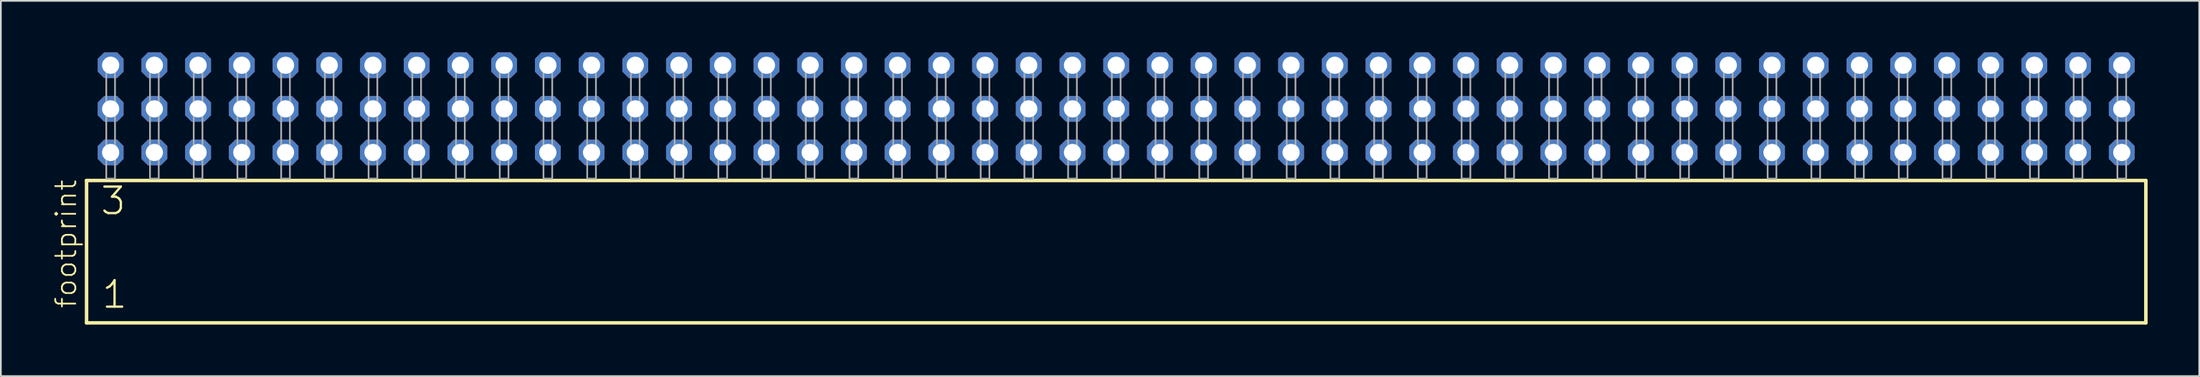
<source format=kicad_pcb>
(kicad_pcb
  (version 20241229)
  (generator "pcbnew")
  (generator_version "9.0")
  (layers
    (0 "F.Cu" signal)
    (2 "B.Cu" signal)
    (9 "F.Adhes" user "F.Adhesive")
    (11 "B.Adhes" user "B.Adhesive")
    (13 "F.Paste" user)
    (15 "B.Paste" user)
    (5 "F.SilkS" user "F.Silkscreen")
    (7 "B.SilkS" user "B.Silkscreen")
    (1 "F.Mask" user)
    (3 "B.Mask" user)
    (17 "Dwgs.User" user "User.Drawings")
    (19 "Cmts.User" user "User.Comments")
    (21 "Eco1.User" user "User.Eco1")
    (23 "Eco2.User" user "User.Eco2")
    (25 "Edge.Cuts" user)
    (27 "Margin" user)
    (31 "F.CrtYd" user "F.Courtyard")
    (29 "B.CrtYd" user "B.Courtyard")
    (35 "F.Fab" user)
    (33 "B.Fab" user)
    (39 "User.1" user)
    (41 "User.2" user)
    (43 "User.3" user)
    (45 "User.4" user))
  (footprint "footprint"
    (layer "F.Cu")
    (at 61.798 7.354)
    (property "Reference" "footprint" (at -60.325 7.62 90) (layer "F.SilkS") (effects (font (size 1.168 1.168) (thickness 0.102)) (justify left bottom)))
    (fp_line (start -59.819 0.106) (end -59.819 8.396) (stroke (width 0.203) (type solid)) (layer "F.SilkS"))
    (fp_line (start -59.819 8.396) (end 59.819 8.396) (stroke (width 0.203) (type solid)) (layer "F.SilkS"))
    (fp_line (start 59.819 0.106) (end -59.819 0.106) (stroke (width 0.203) (type solid)) (layer "F.SilkS"))
    (fp_line (start 59.819 8.396) (end 59.819 0.106) (stroke (width 0.203) (type solid)) (layer "F.SilkS"))
    (fp_poly (pts (xy -58.674 0) (xy -58.166 0) (xy -58.166 -6.858) (xy -58.674 -6.858)) (stroke (width 0.1) (type solid)) (fill no) (layer "F.Fab"))
    (fp_poly (pts (xy -56.134 0) (xy -55.626 0) (xy -55.626 -6.858) (xy -56.134 -6.858)) (stroke (width 0.1) (type solid)) (fill no) (layer "F.Fab"))
    (fp_poly (pts (xy -53.594 0) (xy -53.086 0) (xy -53.086 -6.858) (xy -53.594 -6.858)) (stroke (width 0.1) (type solid)) (fill no) (layer "F.Fab"))
    (fp_poly (pts (xy -51.054 0) (xy -50.546 0) (xy -50.546 -6.858) (xy -51.054 -6.858)) (stroke (width 0.1) (type solid)) (fill no) (layer "F.Fab"))
    (fp_poly (pts (xy -48.514 0) (xy -48.006 0) (xy -48.006 -6.858) (xy -48.514 -6.858)) (stroke (width 0.1) (type solid)) (fill no) (layer "F.Fab"))
    (fp_poly (pts (xy -45.974 0) (xy -45.466 0) (xy -45.466 -6.858) (xy -45.974 -6.858)) (stroke (width 0.1) (type solid)) (fill no) (layer "F.Fab"))
    (fp_poly (pts (xy -43.434 0) (xy -42.926 0) (xy -42.926 -6.858) (xy -43.434 -6.858)) (stroke (width 0.1) (type solid)) (fill no) (layer "F.Fab"))
    (fp_poly (pts (xy -40.894 0) (xy -40.386 0) (xy -40.386 -6.858) (xy -40.894 -6.858)) (stroke (width 0.1) (type solid)) (fill no) (layer "F.Fab"))
    (fp_poly (pts (xy -38.354 0) (xy -37.846 0) (xy -37.846 -6.858) (xy -38.354 -6.858)) (stroke (width 0.1) (type solid)) (fill no) (layer "F.Fab"))
    (fp_poly (pts (xy -35.814 0) (xy -35.306 0) (xy -35.306 -6.858) (xy -35.814 -6.858)) (stroke (width 0.1) (type solid)) (fill no) (layer "F.Fab"))
    (fp_poly (pts (xy -33.274 0) (xy -32.766 0) (xy -32.766 -6.858) (xy -33.274 -6.858)) (stroke (width 0.1) (type solid)) (fill no) (layer "F.Fab"))
    (fp_poly (pts (xy -30.734 0) (xy -30.226 0) (xy -30.226 -6.858) (xy -30.734 -6.858)) (stroke (width 0.1) (type solid)) (fill no) (layer "F.Fab"))
    (fp_poly (pts (xy -28.194 0) (xy -27.686 0) (xy -27.686 -6.858) (xy -28.194 -6.858)) (stroke (width 0.1) (type solid)) (fill no) (layer "F.Fab"))
    (fp_poly (pts (xy -25.654 0) (xy -25.146 0) (xy -25.146 -6.858) (xy -25.654 -6.858)) (stroke (width 0.1) (type solid)) (fill no) (layer "F.Fab"))
    (fp_poly (pts (xy -23.114 0) (xy -22.606 0) (xy -22.606 -6.858) (xy -23.114 -6.858)) (stroke (width 0.1) (type solid)) (fill no) (layer "F.Fab"))
    (fp_poly (pts (xy -20.574 0) (xy -20.066 0) (xy -20.066 -6.858) (xy -20.574 -6.858)) (stroke (width 0.1) (type solid)) (fill no) (layer "F.Fab"))
    (fp_poly (pts (xy -18.034 0) (xy -17.526 0) (xy -17.526 -6.858) (xy -18.034 -6.858)) (stroke (width 0.1) (type solid)) (fill no) (layer "F.Fab"))
    (fp_poly (pts (xy -15.494 0) (xy -14.986 0) (xy -14.986 -6.858) (xy -15.494 -6.858)) (stroke (width 0.1) (type solid)) (fill no) (layer "F.Fab"))
    (fp_poly (pts (xy -12.954 0) (xy -12.446 0) (xy -12.446 -6.858) (xy -12.954 -6.858)) (stroke (width 0.1) (type solid)) (fill no) (layer "F.Fab"))
    (fp_poly (pts (xy -10.414 0) (xy -9.906 0) (xy -9.906 -6.858) (xy -10.414 -6.858)) (stroke (width 0.1) (type solid)) (fill no) (layer "F.Fab"))
    (fp_poly (pts (xy -7.874 0) (xy -7.366 0) (xy -7.366 -6.858) (xy -7.874 -6.858)) (stroke (width 0.1) (type solid)) (fill no) (layer "F.Fab"))
    (fp_poly (pts (xy -5.334 0) (xy -4.826 0) (xy -4.826 -6.858) (xy -5.334 -6.858)) (stroke (width 0.1) (type solid)) (fill no) (layer "F.Fab"))
    (fp_poly (pts (xy -2.794 0) (xy -2.286 0) (xy -2.286 -6.858) (xy -2.794 -6.858)) (stroke (width 0.1) (type solid)) (fill no) (layer "F.Fab"))
    (fp_poly (pts (xy -0.254 0) (xy 0.254 0) (xy 0.254 -6.858) (xy -0.254 -6.858)) (stroke (width 0.1) (type solid)) (fill no) (layer "F.Fab"))
    (fp_poly (pts (xy 2.286 0) (xy 2.794 0) (xy 2.794 -6.858) (xy 2.286 -6.858)) (stroke (width 0.1) (type solid)) (fill no) (layer "F.Fab"))
    (fp_poly (pts (xy 4.826 0) (xy 5.334 0) (xy 5.334 -6.858) (xy 4.826 -6.858)) (stroke (width 0.1) (type solid)) (fill no) (layer "F.Fab"))
    (fp_poly (pts (xy 7.366 0) (xy 7.874 0) (xy 7.874 -6.858) (xy 7.366 -6.858)) (stroke (width 0.1) (type solid)) (fill no) (layer "F.Fab"))
    (fp_poly (pts (xy 9.906 0) (xy 10.414 0) (xy 10.414 -6.858) (xy 9.906 -6.858)) (stroke (width 0.1) (type solid)) (fill no) (layer "F.Fab"))
    (fp_poly (pts (xy 12.446 0) (xy 12.954 0) (xy 12.954 -6.858) (xy 12.446 -6.858)) (stroke (width 0.1) (type solid)) (fill no) (layer "F.Fab"))
    (fp_poly (pts (xy 14.986 0) (xy 15.494 0) (xy 15.494 -6.858) (xy 14.986 -6.858)) (stroke (width 0.1) (type solid)) (fill no) (layer "F.Fab"))
    (fp_poly (pts (xy 17.526 0) (xy 18.034 0) (xy 18.034 -6.858) (xy 17.526 -6.858)) (stroke (width 0.1) (type solid)) (fill no) (layer "F.Fab"))
    (fp_poly (pts (xy 20.066 0) (xy 20.574 0) (xy 20.574 -6.858) (xy 20.066 -6.858)) (stroke (width 0.1) (type solid)) (fill no) (layer "F.Fab"))
    (fp_poly (pts (xy 22.606 0) (xy 23.114 0) (xy 23.114 -6.858) (xy 22.606 -6.858)) (stroke (width 0.1) (type solid)) (fill no) (layer "F.Fab"))
    (fp_poly (pts (xy 25.146 0) (xy 25.654 0) (xy 25.654 -6.858) (xy 25.146 -6.858)) (stroke (width 0.1) (type solid)) (fill no) (layer "F.Fab"))
    (fp_poly (pts (xy 27.686 0) (xy 28.194 0) (xy 28.194 -6.858) (xy 27.686 -6.858)) (stroke (width 0.1) (type solid)) (fill no) (layer "F.Fab"))
    (fp_poly (pts (xy 30.226 0) (xy 30.734 0) (xy 30.734 -6.858) (xy 30.226 -6.858)) (stroke (width 0.1) (type solid)) (fill no) (layer "F.Fab"))
    (fp_poly (pts (xy 32.766 0) (xy 33.274 0) (xy 33.274 -6.858) (xy 32.766 -6.858)) (stroke (width 0.1) (type solid)) (fill no) (layer "F.Fab"))
    (fp_poly (pts (xy 35.306 0) (xy 35.814 0) (xy 35.814 -6.858) (xy 35.306 -6.858)) (stroke (width 0.1) (type solid)) (fill no) (layer "F.Fab"))
    (fp_poly (pts (xy 37.846 0) (xy 38.354 0) (xy 38.354 -6.858) (xy 37.846 -6.858)) (stroke (width 0.1) (type solid)) (fill no) (layer "F.Fab"))
    (fp_poly (pts (xy 40.386 0) (xy 40.894 0) (xy 40.894 -6.858) (xy 40.386 -6.858)) (stroke (width 0.1) (type solid)) (fill no) (layer "F.Fab"))
    (fp_poly (pts (xy 42.926 0) (xy 43.434 0) (xy 43.434 -6.858) (xy 42.926 -6.858)) (stroke (width 0.1) (type solid)) (fill no) (layer "F.Fab"))
    (fp_poly (pts (xy 45.466 0) (xy 45.974 0) (xy 45.974 -6.858) (xy 45.466 -6.858)) (stroke (width 0.1) (type solid)) (fill no) (layer "F.Fab"))
    (fp_poly (pts (xy 48.006 0) (xy 48.514 0) (xy 48.514 -6.858) (xy 48.006 -6.858)) (stroke (width 0.1) (type solid)) (fill no) (layer "F.Fab"))
    (fp_poly (pts (xy 50.546 0) (xy 51.054 0) (xy 51.054 -6.858) (xy 50.546 -6.858)) (stroke (width 0.1) (type solid)) (fill no) (layer "F.Fab"))
    (fp_poly (pts (xy 53.086 0) (xy 53.594 0) (xy 53.594 -6.858) (xy 53.086 -6.858)) (stroke (width 0.1) (type solid)) (fill no) (layer "F.Fab"))
    (fp_poly (pts (xy 55.626 0) (xy 56.134 0) (xy 56.134 -6.858) (xy 55.626 -6.858)) (stroke (width 0.1) (type solid)) (fill no) (layer "F.Fab"))
    (fp_poly (pts (xy 58.166 0) (xy 58.674 0) (xy 58.674 -6.858) (xy 58.166 -6.858)) (stroke (width 0.1) (type solid)) (fill no) (layer "F.Fab"))
    (fp_text user "1" (at -59.015 7.65 0) (layer "F.SilkS") (effects (font (size 1.542 1.542) (thickness 0.134)) (justify left bottom)))
    (fp_text user "3" (at -59.09 2.2 0) (layer "F.SilkS") (effects (font (size 1.542 1.542) (thickness 0.134)) (justify left bottom)))
    (pad "1" thru_hole roundrect (at -58.42 -1.524) (size 1.5 1.5) (drill 1) (layers "*.Cu" "*.Mask") (roundrect_rratio 0.25) (chamfer_ratio 0.25) (chamfer top_left top_right bottom_left bottom_right))
    (pad "2" thru_hole roundrect (at -58.42 -4.064) (size 1.5 1.5) (drill 1) (layers "*.Cu" "*.Mask") (roundrect_rratio 0.25) (chamfer_ratio 0.25) (chamfer top_left top_right bottom_left bottom_right))
    (pad "3" thru_hole roundrect (at -58.42 -6.604) (size 1.5 1.5) (drill 1) (layers "*.Cu" "*.Mask") (roundrect_rratio 0.25) (chamfer_ratio 0.25) (chamfer top_left top_right bottom_left bottom_right))
    (pad "4" thru_hole roundrect (at -55.88 -1.524) (size 1.5 1.5) (drill 1) (layers "*.Cu" "*.Mask") (roundrect_rratio 0.25) (chamfer_ratio 0.25) (chamfer top_left top_right bottom_left bottom_right))
    (pad "5" thru_hole roundrect (at -55.88 -4.064) (size 1.5 1.5) (drill 1) (layers "*.Cu" "*.Mask") (roundrect_rratio 0.25) (chamfer_ratio 0.25) (chamfer top_left top_right bottom_left bottom_right))
    (pad "6" thru_hole roundrect (at -55.88 -6.604) (size 1.5 1.5) (drill 1) (layers "*.Cu" "*.Mask") (roundrect_rratio 0.25) (chamfer_ratio 0.25) (chamfer top_left top_right bottom_left bottom_right))
    (pad "7" thru_hole roundrect (at -53.34 -1.524) (size 1.5 1.5) (drill 1) (layers "*.Cu" "*.Mask") (roundrect_rratio 0.25) (chamfer_ratio 0.25) (chamfer top_left top_right bottom_left bottom_right))
    (pad "8" thru_hole roundrect (at -53.34 -4.064) (size 1.5 1.5) (drill 1) (layers "*.Cu" "*.Mask") (roundrect_rratio 0.25) (chamfer_ratio 0.25) (chamfer top_left top_right bottom_left bottom_right))
    (pad "9" thru_hole roundrect (at -53.34 -6.604) (size 1.5 1.5) (drill 1) (layers "*.Cu" "*.Mask") (roundrect_rratio 0.25) (chamfer_ratio 0.25) (chamfer top_left top_right bottom_left bottom_right))
    (pad "10" thru_hole roundrect (at -50.8 -1.524) (size 1.5 1.5) (drill 1) (layers "*.Cu" "*.Mask") (roundrect_rratio 0.25) (chamfer_ratio 0.25) (chamfer top_left top_right bottom_left bottom_right))
    (pad "11" thru_hole roundrect (at -50.8 -4.064) (size 1.5 1.5) (drill 1) (layers "*.Cu" "*.Mask") (roundrect_rratio 0.25) (chamfer_ratio 0.25) (chamfer top_left top_right bottom_left bottom_right))
    (pad "12" thru_hole roundrect (at -50.8 -6.604) (size 1.5 1.5) (drill 1) (layers "*.Cu" "*.Mask") (roundrect_rratio 0.25) (chamfer_ratio 0.25) (chamfer top_left top_right bottom_left bottom_right))
    (pad "13" thru_hole roundrect (at -48.26 -1.524) (size 1.5 1.5) (drill 1) (layers "*.Cu" "*.Mask") (roundrect_rratio 0.25) (chamfer_ratio 0.25) (chamfer top_left top_right bottom_left bottom_right))
    (pad "14" thru_hole roundrect (at -48.26 -4.064) (size 1.5 1.5) (drill 1) (layers "*.Cu" "*.Mask") (roundrect_rratio 0.25) (chamfer_ratio 0.25) (chamfer top_left top_right bottom_left bottom_right))
    (pad "15" thru_hole roundrect (at -48.26 -6.604) (size 1.5 1.5) (drill 1) (layers "*.Cu" "*.Mask") (roundrect_rratio 0.25) (chamfer_ratio 0.25) (chamfer top_left top_right bottom_left bottom_right))
    (pad "16" thru_hole roundrect (at -45.72 -1.524) (size 1.5 1.5) (drill 1) (layers "*.Cu" "*.Mask") (roundrect_rratio 0.25) (chamfer_ratio 0.25) (chamfer top_left top_right bottom_left bottom_right))
    (pad "17" thru_hole roundrect (at -45.72 -4.064) (size 1.5 1.5) (drill 1) (layers "*.Cu" "*.Mask") (roundrect_rratio 0.25) (chamfer_ratio 0.25) (chamfer top_left top_right bottom_left bottom_right))
    (pad "18" thru_hole roundrect (at -45.72 -6.604) (size 1.5 1.5) (drill 1) (layers "*.Cu" "*.Mask") (roundrect_rratio 0.25) (chamfer_ratio 0.25) (chamfer top_left top_right bottom_left bottom_right))
    (pad "19" thru_hole roundrect (at -43.18 -1.524) (size 1.5 1.5) (drill 1) (layers "*.Cu" "*.Mask") (roundrect_rratio 0.25) (chamfer_ratio 0.25) (chamfer top_left top_right bottom_left bottom_right))
    (pad "20" thru_hole roundrect (at -43.18 -4.064) (size 1.5 1.5) (drill 1) (layers "*.Cu" "*.Mask") (roundrect_rratio 0.25) (chamfer_ratio 0.25) (chamfer top_left top_right bottom_left bottom_right))
    (pad "21" thru_hole roundrect (at -43.18 -6.604) (size 1.5 1.5) (drill 1) (layers "*.Cu" "*.Mask") (roundrect_rratio 0.25) (chamfer_ratio 0.25) (chamfer top_left top_right bottom_left bottom_right))
    (pad "22" thru_hole roundrect (at -40.64 -1.524) (size 1.5 1.5) (drill 1) (layers "*.Cu" "*.Mask") (roundrect_rratio 0.25) (chamfer_ratio 0.25) (chamfer top_left top_right bottom_left bottom_right))
    (pad "23" thru_hole roundrect (at -40.64 -4.064) (size 1.5 1.5) (drill 1) (layers "*.Cu" "*.Mask") (roundrect_rratio 0.25) (chamfer_ratio 0.25) (chamfer top_left top_right bottom_left bottom_right))
    (pad "24" thru_hole roundrect (at -40.64 -6.604) (size 1.5 1.5) (drill 1) (layers "*.Cu" "*.Mask") (roundrect_rratio 0.25) (chamfer_ratio 0.25) (chamfer top_left top_right bottom_left bottom_right))
    (pad "25" thru_hole roundrect (at -38.1 -1.524) (size 1.5 1.5) (drill 1) (layers "*.Cu" "*.Mask") (roundrect_rratio 0.25) (chamfer_ratio 0.25) (chamfer top_left top_right bottom_left bottom_right))
    (pad "26" thru_hole roundrect (at -38.1 -4.064) (size 1.5 1.5) (drill 1) (layers "*.Cu" "*.Mask") (roundrect_rratio 0.25) (chamfer_ratio 0.25) (chamfer top_left top_right bottom_left bottom_right))
    (pad "27" thru_hole roundrect (at -38.1 -6.604) (size 1.5 1.5) (drill 1) (layers "*.Cu" "*.Mask") (roundrect_rratio 0.25) (chamfer_ratio 0.25) (chamfer top_left top_right bottom_left bottom_right))
    (pad "28" thru_hole roundrect (at -35.56 -1.524) (size 1.5 1.5) (drill 1) (layers "*.Cu" "*.Mask") (roundrect_rratio 0.25) (chamfer_ratio 0.25) (chamfer top_left top_right bottom_left bottom_right))
    (pad "29" thru_hole roundrect (at -35.56 -4.064) (size 1.5 1.5) (drill 1) (layers "*.Cu" "*.Mask") (roundrect_rratio 0.25) (chamfer_ratio 0.25) (chamfer top_left top_right bottom_left bottom_right))
    (pad "30" thru_hole roundrect (at -35.56 -6.604) (size 1.5 1.5) (drill 1) (layers "*.Cu" "*.Mask") (roundrect_rratio 0.25) (chamfer_ratio 0.25) (chamfer top_left top_right bottom_left bottom_right))
    (pad "31" thru_hole roundrect (at -33.02 -1.524) (size 1.5 1.5) (drill 1) (layers "*.Cu" "*.Mask") (roundrect_rratio 0.25) (chamfer_ratio 0.25) (chamfer top_left top_right bottom_left bottom_right))
    (pad "32" thru_hole roundrect (at -33.02 -4.064) (size 1.5 1.5) (drill 1) (layers "*.Cu" "*.Mask") (roundrect_rratio 0.25) (chamfer_ratio 0.25) (chamfer top_left top_right bottom_left bottom_right))
    (pad "33" thru_hole roundrect (at -33.02 -6.604) (size 1.5 1.5) (drill 1) (layers "*.Cu" "*.Mask") (roundrect_rratio 0.25) (chamfer_ratio 0.25) (chamfer top_left top_right bottom_left bottom_right))
    (pad "34" thru_hole roundrect (at -30.48 -1.524) (size 1.5 1.5) (drill 1) (layers "*.Cu" "*.Mask") (roundrect_rratio 0.25) (chamfer_ratio 0.25) (chamfer top_left top_right bottom_left bottom_right))
    (pad "35" thru_hole roundrect (at -30.48 -4.064) (size 1.5 1.5) (drill 1) (layers "*.Cu" "*.Mask") (roundrect_rratio 0.25) (chamfer_ratio 0.25) (chamfer top_left top_right bottom_left bottom_right))
    (pad "36" thru_hole roundrect (at -30.48 -6.604) (size 1.5 1.5) (drill 1) (layers "*.Cu" "*.Mask") (roundrect_rratio 0.25) (chamfer_ratio 0.25) (chamfer top_left top_right bottom_left bottom_right))
    (pad "37" thru_hole roundrect (at -27.94 -1.524) (size 1.5 1.5) (drill 1) (layers "*.Cu" "*.Mask") (roundrect_rratio 0.25) (chamfer_ratio 0.25) (chamfer top_left top_right bottom_left bottom_right))
    (pad "38" thru_hole roundrect (at -27.94 -4.064) (size 1.5 1.5) (drill 1) (layers "*.Cu" "*.Mask") (roundrect_rratio 0.25) (chamfer_ratio 0.25) (chamfer top_left top_right bottom_left bottom_right))
    (pad "39" thru_hole roundrect (at -27.94 -6.604) (size 1.5 1.5) (drill 1) (layers "*.Cu" "*.Mask") (roundrect_rratio 0.25) (chamfer_ratio 0.25) (chamfer top_left top_right bottom_left bottom_right))
    (pad "40" thru_hole roundrect (at -25.4 -1.524) (size 1.5 1.5) (drill 1) (layers "*.Cu" "*.Mask") (roundrect_rratio 0.25) (chamfer_ratio 0.25) (chamfer top_left top_right bottom_left bottom_right))
    (pad "41" thru_hole roundrect (at -25.4 -4.064) (size 1.5 1.5) (drill 1) (layers "*.Cu" "*.Mask") (roundrect_rratio 0.25) (chamfer_ratio 0.25) (chamfer top_left top_right bottom_left bottom_right))
    (pad "42" thru_hole roundrect (at -25.4 -6.604) (size 1.5 1.5) (drill 1) (layers "*.Cu" "*.Mask") (roundrect_rratio 0.25) (chamfer_ratio 0.25) (chamfer top_left top_right bottom_left bottom_right))
    (pad "43" thru_hole roundrect (at -22.86 -1.524) (size 1.5 1.5) (drill 1) (layers "*.Cu" "*.Mask") (roundrect_rratio 0.25) (chamfer_ratio 0.25) (chamfer top_left top_right bottom_left bottom_right))
    (pad "44" thru_hole roundrect (at -22.86 -4.064) (size 1.5 1.5) (drill 1) (layers "*.Cu" "*.Mask") (roundrect_rratio 0.25) (chamfer_ratio 0.25) (chamfer top_left top_right bottom_left bottom_right))
    (pad "45" thru_hole roundrect (at -22.86 -6.604) (size 1.5 1.5) (drill 1) (layers "*.Cu" "*.Mask") (roundrect_rratio 0.25) (chamfer_ratio 0.25) (chamfer top_left top_right bottom_left bottom_right))
    (pad "46" thru_hole roundrect (at -20.32 -1.524) (size 1.5 1.5) (drill 1) (layers "*.Cu" "*.Mask") (roundrect_rratio 0.25) (chamfer_ratio 0.25) (chamfer top_left top_right bottom_left bottom_right))
    (pad "47" thru_hole roundrect (at -20.32 -4.064) (size 1.5 1.5) (drill 1) (layers "*.Cu" "*.Mask") (roundrect_rratio 0.25) (chamfer_ratio 0.25) (chamfer top_left top_right bottom_left bottom_right))
    (pad "48" thru_hole roundrect (at -20.32 -6.604) (size 1.5 1.5) (drill 1) (layers "*.Cu" "*.Mask") (roundrect_rratio 0.25) (chamfer_ratio 0.25) (chamfer top_left top_right bottom_left bottom_right))
    (pad "49" thru_hole roundrect (at -17.78 -1.524) (size 1.5 1.5) (drill 1) (layers "*.Cu" "*.Mask") (roundrect_rratio 0.25) (chamfer_ratio 0.25) (chamfer top_left top_right bottom_left bottom_right))
    (pad "50" thru_hole roundrect (at -17.78 -4.064) (size 1.5 1.5) (drill 1) (layers "*.Cu" "*.Mask") (roundrect_rratio 0.25) (chamfer_ratio 0.25) (chamfer top_left top_right bottom_left bottom_right))
    (pad "51" thru_hole roundrect (at -17.78 -6.604) (size 1.5 1.5) (drill 1) (layers "*.Cu" "*.Mask") (roundrect_rratio 0.25) (chamfer_ratio 0.25) (chamfer top_left top_right bottom_left bottom_right))
    (pad "52" thru_hole roundrect (at -15.24 -1.524) (size 1.5 1.5) (drill 1) (layers "*.Cu" "*.Mask") (roundrect_rratio 0.25) (chamfer_ratio 0.25) (chamfer top_left top_right bottom_left bottom_right))
    (pad "53" thru_hole roundrect (at -15.24 -4.064) (size 1.5 1.5) (drill 1) (layers "*.Cu" "*.Mask") (roundrect_rratio 0.25) (chamfer_ratio 0.25) (chamfer top_left top_right bottom_left bottom_right))
    (pad "54" thru_hole roundrect (at -15.24 -6.604) (size 1.5 1.5) (drill 1) (layers "*.Cu" "*.Mask") (roundrect_rratio 0.25) (chamfer_ratio 0.25) (chamfer top_left top_right bottom_left bottom_right))
    (pad "55" thru_hole roundrect (at -12.7 -1.524) (size 1.5 1.5) (drill 1) (layers "*.Cu" "*.Mask") (roundrect_rratio 0.25) (chamfer_ratio 0.25) (chamfer top_left top_right bottom_left bottom_right))
    (pad "56" thru_hole roundrect (at -12.7 -4.064) (size 1.5 1.5) (drill 1) (layers "*.Cu" "*.Mask") (roundrect_rratio 0.25) (chamfer_ratio 0.25) (chamfer top_left top_right bottom_left bottom_right))
    (pad "57" thru_hole roundrect (at -12.7 -6.604) (size 1.5 1.5) (drill 1) (layers "*.Cu" "*.Mask") (roundrect_rratio 0.25) (chamfer_ratio 0.25) (chamfer top_left top_right bottom_left bottom_right))
    (pad "58" thru_hole roundrect (at -10.16 -1.524) (size 1.5 1.5) (drill 1) (layers "*.Cu" "*.Mask") (roundrect_rratio 0.25) (chamfer_ratio 0.25) (chamfer top_left top_right bottom_left bottom_right))
    (pad "59" thru_hole roundrect (at -10.16 -4.064) (size 1.5 1.5) (drill 1) (layers "*.Cu" "*.Mask") (roundrect_rratio 0.25) (chamfer_ratio 0.25) (chamfer top_left top_right bottom_left bottom_right))
    (pad "60" thru_hole roundrect (at -10.16 -6.604) (size 1.5 1.5) (drill 1) (layers "*.Cu" "*.Mask") (roundrect_rratio 0.25) (chamfer_ratio 0.25) (chamfer top_left top_right bottom_left bottom_right))
    (pad "61" thru_hole roundrect (at -7.62 -1.524) (size 1.5 1.5) (drill 1) (layers "*.Cu" "*.Mask") (roundrect_rratio 0.25) (chamfer_ratio 0.25) (chamfer top_left top_right bottom_left bottom_right))
    (pad "62" thru_hole roundrect (at -7.62 -4.064) (size 1.5 1.5) (drill 1) (layers "*.Cu" "*.Mask") (roundrect_rratio 0.25) (chamfer_ratio 0.25) (chamfer top_left top_right bottom_left bottom_right))
    (pad "63" thru_hole roundrect (at -7.62 -6.604) (size 1.5 1.5) (drill 1) (layers "*.Cu" "*.Mask") (roundrect_rratio 0.25) (chamfer_ratio 0.25) (chamfer top_left top_right bottom_left bottom_right))
    (pad "64" thru_hole roundrect (at -5.08 -1.524) (size 1.5 1.5) (drill 1) (layers "*.Cu" "*.Mask") (roundrect_rratio 0.25) (chamfer_ratio 0.25) (chamfer top_left top_right bottom_left bottom_right))
    (pad "65" thru_hole roundrect (at -5.08 -4.064) (size 1.5 1.5) (drill 1) (layers "*.Cu" "*.Mask") (roundrect_rratio 0.25) (chamfer_ratio 0.25) (chamfer top_left top_right bottom_left bottom_right))
    (pad "66" thru_hole roundrect (at -5.08 -6.604) (size 1.5 1.5) (drill 1) (layers "*.Cu" "*.Mask") (roundrect_rratio 0.25) (chamfer_ratio 0.25) (chamfer top_left top_right bottom_left bottom_right))
    (pad "67" thru_hole roundrect (at -2.54 -1.524) (size 1.5 1.5) (drill 1) (layers "*.Cu" "*.Mask") (roundrect_rratio 0.25) (chamfer_ratio 0.25) (chamfer top_left top_right bottom_left bottom_right))
    (pad "68" thru_hole roundrect (at -2.54 -4.064) (size 1.5 1.5) (drill 1) (layers "*.Cu" "*.Mask") (roundrect_rratio 0.25) (chamfer_ratio 0.25) (chamfer top_left top_right bottom_left bottom_right))
    (pad "69" thru_hole roundrect (at -2.54 -6.604) (size 1.5 1.5) (drill 1) (layers "*.Cu" "*.Mask") (roundrect_rratio 0.25) (chamfer_ratio 0.25) (chamfer top_left top_right bottom_left bottom_right))
    (pad "70" thru_hole roundrect (at 0 -1.524) (size 1.5 1.5) (drill 1) (layers "*.Cu" "*.Mask") (roundrect_rratio 0.25) (chamfer_ratio 0.25) (chamfer top_left top_right bottom_left bottom_right))
    (pad "71" thru_hole roundrect (at 0 -4.064) (size 1.5 1.5) (drill 1) (layers "*.Cu" "*.Mask") (roundrect_rratio 0.25) (chamfer_ratio 0.25) (chamfer top_left top_right bottom_left bottom_right))
    (pad "72" thru_hole roundrect (at 0 -6.604) (size 1.5 1.5) (drill 1) (layers "*.Cu" "*.Mask") (roundrect_rratio 0.25) (chamfer_ratio 0.25) (chamfer top_left top_right bottom_left bottom_right))
    (pad "73" thru_hole roundrect (at 2.54 -1.524) (size 1.5 1.5) (drill 1) (layers "*.Cu" "*.Mask") (roundrect_rratio 0.25) (chamfer_ratio 0.25) (chamfer top_left top_right bottom_left bottom_right))
    (pad "74" thru_hole roundrect (at 2.54 -4.064) (size 1.5 1.5) (drill 1) (layers "*.Cu" "*.Mask") (roundrect_rratio 0.25) (chamfer_ratio 0.25) (chamfer top_left top_right bottom_left bottom_right))
    (pad "75" thru_hole roundrect (at 2.54 -6.604) (size 1.5 1.5) (drill 1) (layers "*.Cu" "*.Mask") (roundrect_rratio 0.25) (chamfer_ratio 0.25) (chamfer top_left top_right bottom_left bottom_right))
    (pad "76" thru_hole roundrect (at 5.08 -1.524) (size 1.5 1.5) (drill 1) (layers "*.Cu" "*.Mask") (roundrect_rratio 0.25) (chamfer_ratio 0.25) (chamfer top_left top_right bottom_left bottom_right))
    (pad "77" thru_hole roundrect (at 5.08 -4.064) (size 1.5 1.5) (drill 1) (layers "*.Cu" "*.Mask") (roundrect_rratio 0.25) (chamfer_ratio 0.25) (chamfer top_left top_right bottom_left bottom_right))
    (pad "78" thru_hole roundrect (at 5.08 -6.604) (size 1.5 1.5) (drill 1) (layers "*.Cu" "*.Mask") (roundrect_rratio 0.25) (chamfer_ratio 0.25) (chamfer top_left top_right bottom_left bottom_right))
    (pad "79" thru_hole roundrect (at 7.62 -1.524) (size 1.5 1.5) (drill 1) (layers "*.Cu" "*.Mask") (roundrect_rratio 0.25) (chamfer_ratio 0.25) (chamfer top_left top_right bottom_left bottom_right))
    (pad "80" thru_hole roundrect (at 7.62 -4.064) (size 1.5 1.5) (drill 1) (layers "*.Cu" "*.Mask") (roundrect_rratio 0.25) (chamfer_ratio 0.25) (chamfer top_left top_right bottom_left bottom_right))
    (pad "81" thru_hole roundrect (at 7.62 -6.604) (size 1.5 1.5) (drill 1) (layers "*.Cu" "*.Mask") (roundrect_rratio 0.25) (chamfer_ratio 0.25) (chamfer top_left top_right bottom_left bottom_right))
    (pad "82" thru_hole roundrect (at 10.16 -1.524) (size 1.5 1.5) (drill 1) (layers "*.Cu" "*.Mask") (roundrect_rratio 0.25) (chamfer_ratio 0.25) (chamfer top_left top_right bottom_left bottom_right))
    (pad "83" thru_hole roundrect (at 10.16 -4.064) (size 1.5 1.5) (drill 1) (layers "*.Cu" "*.Mask") (roundrect_rratio 0.25) (chamfer_ratio 0.25) (chamfer top_left top_right bottom_left bottom_right))
    (pad "84" thru_hole roundrect (at 10.16 -6.604) (size 1.5 1.5) (drill 1) (layers "*.Cu" "*.Mask") (roundrect_rratio 0.25) (chamfer_ratio 0.25) (chamfer top_left top_right bottom_left bottom_right))
    (pad "85" thru_hole roundrect (at 12.7 -1.524) (size 1.5 1.5) (drill 1) (layers "*.Cu" "*.Mask") (roundrect_rratio 0.25) (chamfer_ratio 0.25) (chamfer top_left top_right bottom_left bottom_right))
    (pad "86" thru_hole roundrect (at 12.7 -4.064) (size 1.5 1.5) (drill 1) (layers "*.Cu" "*.Mask") (roundrect_rratio 0.25) (chamfer_ratio 0.25) (chamfer top_left top_right bottom_left bottom_right))
    (pad "87" thru_hole roundrect (at 12.7 -6.604) (size 1.5 1.5) (drill 1) (layers "*.Cu" "*.Mask") (roundrect_rratio 0.25) (chamfer_ratio 0.25) (chamfer top_left top_right bottom_left bottom_right))
    (pad "88" thru_hole roundrect (at 15.24 -1.524) (size 1.5 1.5) (drill 1) (layers "*.Cu" "*.Mask") (roundrect_rratio 0.25) (chamfer_ratio 0.25) (chamfer top_left top_right bottom_left bottom_right))
    (pad "89" thru_hole roundrect (at 15.24 -4.064) (size 1.5 1.5) (drill 1) (layers "*.Cu" "*.Mask") (roundrect_rratio 0.25) (chamfer_ratio 0.25) (chamfer top_left top_right bottom_left bottom_right))
    (pad "90" thru_hole roundrect (at 15.24 -6.604) (size 1.5 1.5) (drill 1) (layers "*.Cu" "*.Mask") (roundrect_rratio 0.25) (chamfer_ratio 0.25) (chamfer top_left top_right bottom_left bottom_right))
    (pad "91" thru_hole roundrect (at 17.78 -1.524) (size 1.5 1.5) (drill 1) (layers "*.Cu" "*.Mask") (roundrect_rratio 0.25) (chamfer_ratio 0.25) (chamfer top_left top_right bottom_left bottom_right))
    (pad "92" thru_hole roundrect (at 17.78 -4.064) (size 1.5 1.5) (drill 1) (layers "*.Cu" "*.Mask") (roundrect_rratio 0.25) (chamfer_ratio 0.25) (chamfer top_left top_right bottom_left bottom_right))
    (pad "93" thru_hole roundrect (at 17.78 -6.604) (size 1.5 1.5) (drill 1) (layers "*.Cu" "*.Mask") (roundrect_rratio 0.25) (chamfer_ratio 0.25) (chamfer top_left top_right bottom_left bottom_right))
    (pad "94" thru_hole roundrect (at 20.32 -1.524) (size 1.5 1.5) (drill 1) (layers "*.Cu" "*.Mask") (roundrect_rratio 0.25) (chamfer_ratio 0.25) (chamfer top_left top_right bottom_left bottom_right))
    (pad "95" thru_hole roundrect (at 20.32 -4.064) (size 1.5 1.5) (drill 1) (layers "*.Cu" "*.Mask") (roundrect_rratio 0.25) (chamfer_ratio 0.25) (chamfer top_left top_right bottom_left bottom_right))
    (pad "96" thru_hole roundrect (at 20.32 -6.604) (size 1.5 1.5) (drill 1) (layers "*.Cu" "*.Mask") (roundrect_rratio 0.25) (chamfer_ratio 0.25) (chamfer top_left top_right bottom_left bottom_right))
    (pad "97" thru_hole roundrect (at 22.86 -1.524) (size 1.5 1.5) (drill 1) (layers "*.Cu" "*.Mask") (roundrect_rratio 0.25) (chamfer_ratio 0.25) (chamfer top_left top_right bottom_left bottom_right))
    (pad "98" thru_hole roundrect (at 22.86 -4.064) (size 1.5 1.5) (drill 1) (layers "*.Cu" "*.Mask") (roundrect_rratio 0.25) (chamfer_ratio 0.25) (chamfer top_left top_right bottom_left bottom_right))
    (pad "99" thru_hole roundrect (at 22.86 -6.604) (size 1.5 1.5) (drill 1) (layers "*.Cu" "*.Mask") (roundrect_rratio 0.25) (chamfer_ratio 0.25) (chamfer top_left top_right bottom_left bottom_right))
    (pad "100" thru_hole roundrect (at 25.4 -1.524) (size 1.5 1.5) (drill 1) (layers "*.Cu" "*.Mask") (roundrect_rratio 0.25) (chamfer_ratio 0.25) (chamfer top_left top_right bottom_left bottom_right))
    (pad "101" thru_hole roundrect (at 25.4 -4.064) (size 1.5 1.5) (drill 1) (layers "*.Cu" "*.Mask") (roundrect_rratio 0.25) (chamfer_ratio 0.25) (chamfer top_left top_right bottom_left bottom_right))
    (pad "102" thru_hole roundrect (at 25.4 -6.604) (size 1.5 1.5) (drill 1) (layers "*.Cu" "*.Mask") (roundrect_rratio 0.25) (chamfer_ratio 0.25) (chamfer top_left top_right bottom_left bottom_right))
    (pad "103" thru_hole roundrect (at 27.94 -1.524) (size 1.5 1.5) (drill 1) (layers "*.Cu" "*.Mask") (roundrect_rratio 0.25) (chamfer_ratio 0.25) (chamfer top_left top_right bottom_left bottom_right))
    (pad "104" thru_hole roundrect (at 27.94 -4.064) (size 1.5 1.5) (drill 1) (layers "*.Cu" "*.Mask") (roundrect_rratio 0.25) (chamfer_ratio 0.25) (chamfer top_left top_right bottom_left bottom_right))
    (pad "105" thru_hole roundrect (at 27.94 -6.604) (size 1.5 1.5) (drill 1) (layers "*.Cu" "*.Mask") (roundrect_rratio 0.25) (chamfer_ratio 0.25) (chamfer top_left top_right bottom_left bottom_right))
    (pad "106" thru_hole roundrect (at 30.48 -1.524) (size 1.5 1.5) (drill 1) (layers "*.Cu" "*.Mask") (roundrect_rratio 0.25) (chamfer_ratio 0.25) (chamfer top_left top_right bottom_left bottom_right))
    (pad "107" thru_hole roundrect (at 30.48 -4.064) (size 1.5 1.5) (drill 1) (layers "*.Cu" "*.Mask") (roundrect_rratio 0.25) (chamfer_ratio 0.25) (chamfer top_left top_right bottom_left bottom_right))
    (pad "108" thru_hole roundrect (at 30.48 -6.604) (size 1.5 1.5) (drill 1) (layers "*.Cu" "*.Mask") (roundrect_rratio 0.25) (chamfer_ratio 0.25) (chamfer top_left top_right bottom_left bottom_right))
    (pad "109" thru_hole roundrect (at 33.02 -1.524) (size 1.5 1.5) (drill 1) (layers "*.Cu" "*.Mask") (roundrect_rratio 0.25) (chamfer_ratio 0.25) (chamfer top_left top_right bottom_left bottom_right))
    (pad "110" thru_hole roundrect (at 33.02 -4.064) (size 1.5 1.5) (drill 1) (layers "*.Cu" "*.Mask") (roundrect_rratio 0.25) (chamfer_ratio 0.25) (chamfer top_left top_right bottom_left bottom_right))
    (pad "111" thru_hole roundrect (at 33.02 -6.604) (size 1.5 1.5) (drill 1) (layers "*.Cu" "*.Mask") (roundrect_rratio 0.25) (chamfer_ratio 0.25) (chamfer top_left top_right bottom_left bottom_right))
    (pad "112" thru_hole roundrect (at 35.56 -1.524) (size 1.5 1.5) (drill 1) (layers "*.Cu" "*.Mask") (roundrect_rratio 0.25) (chamfer_ratio 0.25) (chamfer top_left top_right bottom_left bottom_right))
    (pad "113" thru_hole roundrect (at 35.56 -4.064) (size 1.5 1.5) (drill 1) (layers "*.Cu" "*.Mask") (roundrect_rratio 0.25) (chamfer_ratio 0.25) (chamfer top_left top_right bottom_left bottom_right))
    (pad "114" thru_hole roundrect (at 35.56 -6.604) (size 1.5 1.5) (drill 1) (layers "*.Cu" "*.Mask") (roundrect_rratio 0.25) (chamfer_ratio 0.25) (chamfer top_left top_right bottom_left bottom_right))
    (pad "115" thru_hole roundrect (at 38.1 -1.524) (size 1.5 1.5) (drill 1) (layers "*.Cu" "*.Mask") (roundrect_rratio 0.25) (chamfer_ratio 0.25) (chamfer top_left top_right bottom_left bottom_right))
    (pad "116" thru_hole roundrect (at 38.1 -4.064) (size 1.5 1.5) (drill 1) (layers "*.Cu" "*.Mask") (roundrect_rratio 0.25) (chamfer_ratio 0.25) (chamfer top_left top_right bottom_left bottom_right))
    (pad "117" thru_hole roundrect (at 38.1 -6.604) (size 1.5 1.5) (drill 1) (layers "*.Cu" "*.Mask") (roundrect_rratio 0.25) (chamfer_ratio 0.25) (chamfer top_left top_right bottom_left bottom_right))
    (pad "118" thru_hole roundrect (at 40.64 -1.524) (size 1.5 1.5) (drill 1) (layers "*.Cu" "*.Mask") (roundrect_rratio 0.25) (chamfer_ratio 0.25) (chamfer top_left top_right bottom_left bottom_right))
    (pad "119" thru_hole roundrect (at 40.64 -4.064) (size 1.5 1.5) (drill 1) (layers "*.Cu" "*.Mask") (roundrect_rratio 0.25) (chamfer_ratio 0.25) (chamfer top_left top_right bottom_left bottom_right))
    (pad "120" thru_hole roundrect (at 40.64 -6.604) (size 1.5 1.5) (drill 1) (layers "*.Cu" "*.Mask") (roundrect_rratio 0.25) (chamfer_ratio 0.25) (chamfer top_left top_right bottom_left bottom_right))
    (pad "121" thru_hole roundrect (at 43.18 -1.524) (size 1.5 1.5) (drill 1) (layers "*.Cu" "*.Mask") (roundrect_rratio 0.25) (chamfer_ratio 0.25) (chamfer top_left top_right bottom_left bottom_right))
    (pad "122" thru_hole roundrect (at 43.18 -4.064) (size 1.5 1.5) (drill 1) (layers "*.Cu" "*.Mask") (roundrect_rratio 0.25) (chamfer_ratio 0.25) (chamfer top_left top_right bottom_left bottom_right))
    (pad "123" thru_hole roundrect (at 43.18 -6.604) (size 1.5 1.5) (drill 1) (layers "*.Cu" "*.Mask") (roundrect_rratio 0.25) (chamfer_ratio 0.25) (chamfer top_left top_right bottom_left bottom_right))
    (pad "124" thru_hole roundrect (at 45.72 -1.524) (size 1.5 1.5) (drill 1) (layers "*.Cu" "*.Mask") (roundrect_rratio 0.25) (chamfer_ratio 0.25) (chamfer top_left top_right bottom_left bottom_right))
    (pad "125" thru_hole roundrect (at 45.72 -4.064) (size 1.5 1.5) (drill 1) (layers "*.Cu" "*.Mask") (roundrect_rratio 0.25) (chamfer_ratio 0.25) (chamfer top_left top_right bottom_left bottom_right))
    (pad "126" thru_hole roundrect (at 45.72 -6.604) (size 1.5 1.5) (drill 1) (layers "*.Cu" "*.Mask") (roundrect_rratio 0.25) (chamfer_ratio 0.25) (chamfer top_left top_right bottom_left bottom_right))
    (pad "127" thru_hole roundrect (at 48.26 -1.524) (size 1.5 1.5) (drill 1) (layers "*.Cu" "*.Mask") (roundrect_rratio 0.25) (chamfer_ratio 0.25) (chamfer top_left top_right bottom_left bottom_right))
    (pad "128" thru_hole roundrect (at 48.26 -4.064) (size 1.5 1.5) (drill 1) (layers "*.Cu" "*.Mask") (roundrect_rratio 0.25) (chamfer_ratio 0.25) (chamfer top_left top_right bottom_left bottom_right))
    (pad "129" thru_hole roundrect (at 48.26 -6.604) (size 1.5 1.5) (drill 1) (layers "*.Cu" "*.Mask") (roundrect_rratio 0.25) (chamfer_ratio 0.25) (chamfer top_left top_right bottom_left bottom_right))
    (pad "130" thru_hole roundrect (at 50.8 -1.524) (size 1.5 1.5) (drill 1) (layers "*.Cu" "*.Mask") (roundrect_rratio 0.25) (chamfer_ratio 0.25) (chamfer top_left top_right bottom_left bottom_right))
    (pad "131" thru_hole roundrect (at 50.8 -4.064) (size 1.5 1.5) (drill 1) (layers "*.Cu" "*.Mask") (roundrect_rratio 0.25) (chamfer_ratio 0.25) (chamfer top_left top_right bottom_left bottom_right))
    (pad "132" thru_hole roundrect (at 50.8 -6.604) (size 1.5 1.5) (drill 1) (layers "*.Cu" "*.Mask") (roundrect_rratio 0.25) (chamfer_ratio 0.25) (chamfer top_left top_right bottom_left bottom_right))
    (pad "133" thru_hole roundrect (at 53.34 -1.524) (size 1.5 1.5) (drill 1) (layers "*.Cu" "*.Mask") (roundrect_rratio 0.25) (chamfer_ratio 0.25) (chamfer top_left top_right bottom_left bottom_right))
    (pad "134" thru_hole roundrect (at 53.34 -4.064) (size 1.5 1.5) (drill 1) (layers "*.Cu" "*.Mask") (roundrect_rratio 0.25) (chamfer_ratio 0.25) (chamfer top_left top_right bottom_left bottom_right))
    (pad "135" thru_hole roundrect (at 53.34 -6.604) (size 1.5 1.5) (drill 1) (layers "*.Cu" "*.Mask") (roundrect_rratio 0.25) (chamfer_ratio 0.25) (chamfer top_left top_right bottom_left bottom_right))
    (pad "136" thru_hole roundrect (at 55.88 -1.524) (size 1.5 1.5) (drill 1) (layers "*.Cu" "*.Mask") (roundrect_rratio 0.25) (chamfer_ratio 0.25) (chamfer top_left top_right bottom_left bottom_right))
    (pad "137" thru_hole roundrect (at 55.88 -4.064) (size 1.5 1.5) (drill 1) (layers "*.Cu" "*.Mask") (roundrect_rratio 0.25) (chamfer_ratio 0.25) (chamfer top_left top_right bottom_left bottom_right))
    (pad "138" thru_hole roundrect (at 55.88 -6.604) (size 1.5 1.5) (drill 1) (layers "*.Cu" "*.Mask") (roundrect_rratio 0.25) (chamfer_ratio 0.25) (chamfer top_left top_right bottom_left bottom_right))
    (pad "139" thru_hole roundrect (at 58.42 -1.524) (size 1.5 1.5) (drill 1) (layers "*.Cu" "*.Mask") (roundrect_rratio 0.25) (chamfer_ratio 0.25) (chamfer top_left top_right bottom_left bottom_right))
    (pad "140" thru_hole roundrect (at 58.42 -4.064) (size 1.5 1.5) (drill 1) (layers "*.Cu" "*.Mask") (roundrect_rratio 0.25) (chamfer_ratio 0.25) (chamfer top_left top_right bottom_left bottom_right))
    (pad "141" thru_hole roundrect (at 58.42 -6.604) (size 1.5 1.5) (drill 1) (layers "*.Cu" "*.Mask") (roundrect_rratio 0.25) (chamfer_ratio 0.25) (chamfer top_left top_right bottom_left bottom_right)))
  (gr_rect
    (start -3 -3)
    (end 124.719 18.852)
    (stroke (width 0.1) (type default))
    (fill no)
    (layer "Edge.Cuts")))
</source>
